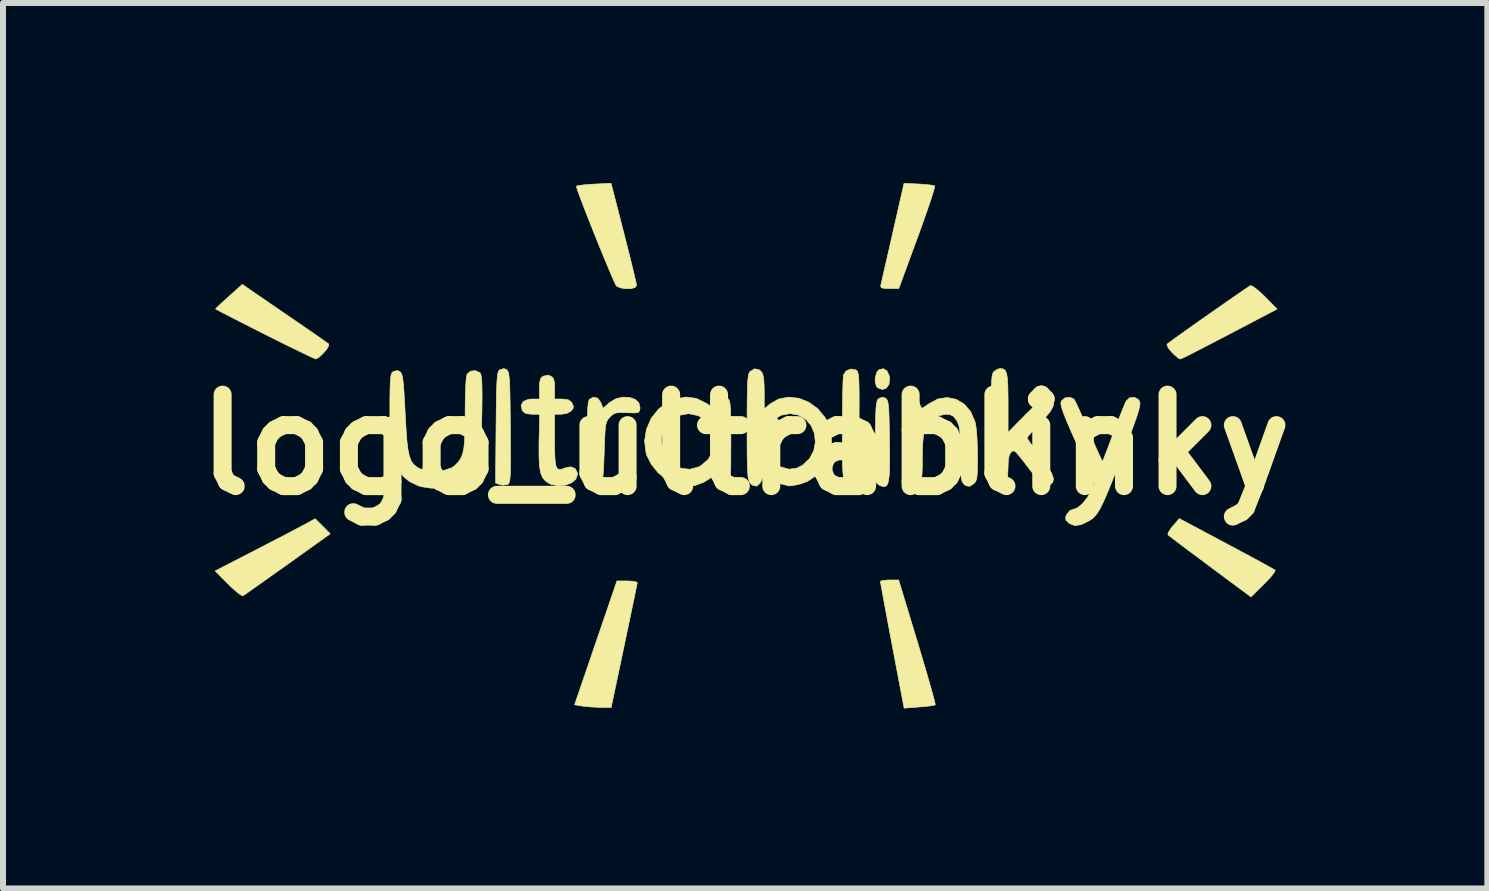
<source format=kicad_pcb>
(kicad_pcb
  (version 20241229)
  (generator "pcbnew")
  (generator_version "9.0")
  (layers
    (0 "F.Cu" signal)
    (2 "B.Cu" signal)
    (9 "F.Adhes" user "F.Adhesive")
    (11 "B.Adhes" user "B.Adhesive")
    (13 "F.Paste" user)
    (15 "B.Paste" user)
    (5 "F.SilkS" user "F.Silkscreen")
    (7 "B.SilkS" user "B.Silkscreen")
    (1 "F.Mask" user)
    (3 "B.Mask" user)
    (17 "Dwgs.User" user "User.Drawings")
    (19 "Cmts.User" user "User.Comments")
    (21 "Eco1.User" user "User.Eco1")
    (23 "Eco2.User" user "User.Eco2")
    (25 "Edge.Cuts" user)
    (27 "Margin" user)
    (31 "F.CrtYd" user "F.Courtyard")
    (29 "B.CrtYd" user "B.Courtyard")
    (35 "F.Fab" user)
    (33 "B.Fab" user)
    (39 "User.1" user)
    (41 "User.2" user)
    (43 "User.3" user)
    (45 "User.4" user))
  (footprint "logo_ultrablinky"
    (layer "F.Cu")
    (at 9.369 4.362)
    (property "Reference" "logo_ultrablinky" (at 0 0 0) (layer "F.SilkS") (effects (font (size 1.524 1.524) (thickness 0.3))))
    (attr through_hole)
    (fp_poly (pts (xy 2.364 -1.229) (xy 2.402 -1.146) (xy 2.407 -1.114) (xy 2.398 -1.008) (xy 2.35 -0.94) (xy 2.286 -0.921) (xy 2.219 -0.944) (xy 2.192 -0.966) (xy 2.166 -1.039) (xy 2.169 -1.131) (xy 2.198 -1.215) (xy 2.23 -1.251) (xy 2.303 -1.267) (xy 2.364 -1.229)) (stroke (width 0.01) (type solid)) (fill yes) (layer "F.SilkS"))
    (fp_poly (pts (xy -1.87 2.275) (xy -1.81 2.289) (xy -1.798 2.302) (xy -1.806 2.34) (xy -1.825 2.432) (xy -1.853 2.571) (xy -1.891 2.75) (xy -1.935 2.961) (xy -1.984 3.196) (xy -2.018 3.358) (xy -2.234 4.381) (xy -2.427 4.377) (xy -2.553 4.371) (xy -2.672 4.361) (xy -2.731 4.353) (xy -2.843 4.334) (xy -2.137 2.27) (xy -1.966 2.27) (xy -1.87 2.275)) (stroke (width 0.01) (type solid)) (fill yes) (layer "F.SilkS"))
    (fp_poly (pts (xy -6.915 1.484) (xy -7.624 1.991) (xy -7.812 2.124) (xy -7.984 2.246) (xy -8.132 2.351) (xy -8.25 2.435) (xy -8.331 2.492) (xy -8.368 2.517) (xy -8.369 2.517) (xy -8.404 2.505) (xy -8.472 2.455) (xy -8.56 2.376) (xy -8.618 2.32) (xy -8.833 2.103) (xy -8.171 1.762) (xy -7.972 1.659) (xy -7.781 1.56) (xy -7.609 1.471) (xy -7.468 1.396) (xy -7.367 1.343) (xy -7.338 1.327) (xy -7.166 1.233) (xy -6.915 1.484)) (stroke (width 0.01) (type solid)) (fill yes) (layer "F.SilkS"))
    (fp_poly (pts (xy 8.023 1.65) (xy 8.229 1.76) (xy 8.415 1.86) (xy 8.577 1.947) (xy 8.705 2.018) (xy 8.793 2.067) (xy 8.833 2.09) (xy 8.834 2.091) (xy 8.823 2.122) (xy 8.775 2.185) (xy 8.698 2.27) (xy 8.644 2.325) (xy 8.43 2.536) (xy 7.748 2.03) (xy 7.567 1.894) (xy 7.401 1.771) (xy 7.26 1.665) (xy 7.148 1.58) (xy 7.074 1.524) (xy 7.045 1.5) (xy 7.051 1.465) (xy 7.091 1.401) (xy 7.129 1.354) (xy 7.236 1.231) (xy 8.023 1.65)) (stroke (width 0.01) (type solid)) (fill yes) (layer "F.SilkS"))
    (fp_poly (pts (xy 2.871 3.287) (xy 2.944 3.531) (xy 3.011 3.756) (xy 3.068 3.954) (xy 3.114 4.118) (xy 3.148 4.241) (xy 3.166 4.315) (xy 3.168 4.335) (xy 3.131 4.345) (xy 3.047 4.357) (xy 2.933 4.368) (xy 2.901 4.37) (xy 2.649 4.39) (xy 2.451 3.346) (xy 2.404 3.096) (xy 2.361 2.867) (xy 2.324 2.665) (xy 2.293 2.498) (xy 2.27 2.373) (xy 2.257 2.297) (xy 2.254 2.278) (xy 2.283 2.264) (xy 2.355 2.256) (xy 2.406 2.254) (xy 2.558 2.254) (xy 2.871 3.287)) (stroke (width 0.01) (type solid)) (fill yes) (layer "F.SilkS"))
    (fp_poly (pts (xy 2.893 -4.345) (xy 3.012 -4.337) (xy 3.106 -4.326) (xy 3.156 -4.315) (xy 3.159 -4.313) (xy 3.154 -4.278) (xy 3.129 -4.193) (xy 3.088 -4.063) (xy 3.031 -3.897) (xy 2.963 -3.702) (xy 2.885 -3.486) (xy 2.87 -3.447) (xy 2.56 -2.603) (xy 2.404 -2.603) (xy 2.311 -2.606) (xy 2.268 -2.618) (xy 2.259 -2.647) (xy 2.264 -2.675) (xy 2.276 -2.724) (xy 2.299 -2.827) (xy 2.332 -2.973) (xy 2.374 -3.153) (xy 2.421 -3.359) (xy 2.464 -3.551) (xy 2.648 -4.356) (xy 2.893 -4.345)) (stroke (width 0.01) (type solid)) (fill yes) (layer "F.SilkS"))
    (fp_poly (pts (xy -2.022 -3.529) (xy -1.966 -3.308) (xy -1.915 -3.105) (xy -1.872 -2.93) (xy -1.839 -2.79) (xy -1.817 -2.695) (xy -1.81 -2.653) (xy -1.837 -2.62) (xy -1.904 -2.602) (xy -1.991 -2.6) (xy -2.076 -2.614) (xy -2.139 -2.641) (xy -2.154 -2.659) (xy -2.189 -2.733) (xy -2.239 -2.849) (xy -2.302 -2.998) (xy -2.374 -3.17) (xy -2.45 -3.357) (xy -2.527 -3.549) (xy -2.602 -3.738) (xy -2.671 -3.914) (xy -2.73 -4.069) (xy -2.776 -4.192) (xy -2.805 -4.275) (xy -2.813 -4.309) (xy -2.813 -4.309) (xy -2.774 -4.32) (xy -2.687 -4.331) (xy -2.568 -4.341) (xy -2.514 -4.344) (xy -2.235 -4.357) (xy -2.022 -3.529)) (stroke (width 0.01) (type solid)) (fill yes) (layer "F.SilkS"))
    (fp_poly (pts (xy 1.839 -1.25) (xy 1.858 -1.238) (xy 1.872 -1.218) (xy 1.883 -1.182) (xy 1.891 -1.122) (xy 1.896 -1.031) (xy 1.899 -0.902) (xy 1.9 -0.729) (xy 1.899 -0.506) (xy 1.898 -0.277) (xy 1.889 0.644) (xy 1.817 0.67) (xy 1.745 0.677) (xy 1.682 0.634) (xy 1.663 0.612) (xy 1.648 0.583) (xy 1.637 0.54) (xy 1.63 0.474) (xy 1.624 0.379) (xy 1.621 0.245) (xy 1.62 0.067) (xy 1.62 -0.165) (xy 1.62 -0.262) (xy 1.621 -0.489) (xy 1.623 -0.698) (xy 1.626 -0.88) (xy 1.63 -1.026) (xy 1.635 -1.125) (xy 1.639 -1.167) (xy 1.685 -1.231) (xy 1.761 -1.262) (xy 1.839 -1.25)) (stroke (width 0.01) (type solid)) (fill yes) (layer "F.SilkS"))
    (fp_poly (pts (xy -7.675 -2.188) (xy -7.487 -2.059) (xy -7.315 -1.941) (xy -7.168 -1.839) (xy -7.051 -1.758) (xy -6.972 -1.702) (xy -6.939 -1.678) (xy -6.939 -1.678) (xy -6.942 -1.644) (xy -6.979 -1.585) (xy -7.036 -1.52) (xy -7.096 -1.463) (xy -7.147 -1.432) (xy -7.158 -1.43) (xy -7.194 -1.445) (xy -7.279 -1.484) (xy -7.406 -1.545) (xy -7.567 -1.623) (xy -7.755 -1.716) (xy -7.963 -1.82) (xy -8.009 -1.843) (xy -8.218 -1.949) (xy -8.407 -2.045) (xy -8.569 -2.128) (xy -8.698 -2.194) (xy -8.785 -2.24) (xy -8.825 -2.262) (xy -8.826 -2.264) (xy -8.804 -2.288) (xy -8.745 -2.344) (xy -8.659 -2.422) (xy -8.604 -2.472) (xy -8.381 -2.672) (xy -7.675 -2.188)) (stroke (width 0.01) (type solid)) (fill yes) (layer "F.SilkS"))
    (fp_poly (pts (xy -3.977 -1.251) (xy -3.961 -1.236) (xy -3.948 -1.209) (xy -3.938 -1.164) (xy -3.93 -1.093) (xy -3.924 -0.99) (xy -3.92 -0.847) (xy -3.917 -0.658) (xy -3.914 -0.415) (xy -3.913 -0.292) (xy -3.911 -0.024) (xy -3.91 0.187) (xy -3.91 0.348) (xy -3.913 0.467) (xy -3.918 0.55) (xy -3.925 0.604) (xy -3.936 0.637) (xy -3.95 0.655) (xy -3.96 0.662) (xy -4.038 0.674) (xy -4.088 0.664) (xy -4.16 0.637) (xy -4.152 -0.289) (xy -4.149 -0.558) (xy -4.146 -0.77) (xy -4.142 -0.932) (xy -4.137 -1.052) (xy -4.13 -1.136) (xy -4.122 -1.192) (xy -4.11 -1.226) (xy -4.095 -1.245) (xy -4.088 -1.251) (xy -4.02 -1.269) (xy -3.977 -1.251)) (stroke (width 0.01) (type solid)) (fill yes) (layer "F.SilkS"))
    (fp_poly (pts (xy 8.461 -2.638) (xy 8.531 -2.587) (xy 8.619 -2.508) (xy 8.664 -2.465) (xy 8.865 -2.261) (xy 8.473 -2.056) (xy 8.178 -1.901) (xy 7.935 -1.774) (xy 7.737 -1.671) (xy 7.582 -1.591) (xy 7.463 -1.53) (xy 7.375 -1.485) (xy 7.315 -1.456) (xy 7.276 -1.438) (xy 7.254 -1.43) (xy 7.247 -1.429) (xy 7.211 -1.45) (xy 7.149 -1.503) (xy 7.112 -1.54) (xy 7.05 -1.615) (xy 7.029 -1.666) (xy 7.034 -1.678) (xy 7.074 -1.709) (xy 7.155 -1.768) (xy 7.271 -1.851) (xy 7.411 -1.951) (xy 7.568 -2.062) (xy 7.734 -2.178) (xy 7.899 -2.294) (xy 8.055 -2.403) (xy 8.194 -2.499) (xy 8.307 -2.577) (xy 8.386 -2.63) (xy 8.422 -2.653) (xy 8.422 -2.653) (xy 8.461 -2.638)) (stroke (width 0.01) (type solid)) (fill yes) (layer "F.SilkS"))
    (fp_poly (pts (xy 2.342 -0.774) (xy 2.36 -0.757) (xy 2.374 -0.726) (xy 2.385 -0.673) (xy 2.393 -0.59) (xy 2.398 -0.469) (xy 2.402 -0.301) (xy 2.406 -0.078) (xy 2.406 -0.064) (xy 2.408 0.177) (xy 2.407 0.362) (xy 2.402 0.498) (xy 2.391 0.593) (xy 2.375 0.653) (xy 2.352 0.685) (xy 2.32 0.698) (xy 2.304 0.699) (xy 2.249 0.681) (xy 2.212 0.659) (xy 2.194 0.64) (xy 2.181 0.609) (xy 2.171 0.557) (xy 2.166 0.475) (xy 2.164 0.356) (xy 2.164 0.191) (xy 2.166 -0.027) (xy 2.166 -0.06) (xy 2.17 -0.287) (xy 2.174 -0.458) (xy 2.179 -0.583) (xy 2.186 -0.668) (xy 2.197 -0.723) (xy 2.211 -0.755) (xy 2.229 -0.773) (xy 2.23 -0.774) (xy 2.299 -0.792) (xy 2.342 -0.774)) (stroke (width 0.01) (type solid)) (fill yes) (layer "F.SilkS"))
    (fp_poly (pts (xy -2.455 -0.774) (xy -2.404 -0.701) (xy -2.404 -0.701) (xy -2.369 -0.607) (xy -2.263 -0.701) (xy -2.159 -0.764) (xy -2.045 -0.793) (xy -1.932 -0.79) (xy -1.837 -0.758) (xy -1.772 -0.699) (xy -1.752 -0.615) (xy -1.752 -0.608) (xy -1.761 -0.563) (xy -1.782 -0.539) (xy -1.832 -0.53) (xy -1.925 -0.532) (xy -1.969 -0.534) (xy -2.084 -0.537) (xy -2.157 -0.529) (xy -2.208 -0.504) (xy -2.255 -0.46) (xy -2.284 -0.426) (xy -2.306 -0.388) (xy -2.321 -0.337) (xy -2.332 -0.26) (xy -2.339 -0.149) (xy -2.346 0.009) (xy -2.349 0.131) (xy -2.357 0.33) (xy -2.365 0.474) (xy -2.376 0.572) (xy -2.39 0.632) (xy -2.407 0.663) (xy -2.413 0.668) (xy -2.486 0.695) (xy -2.561 0.675) (xy -2.58 0.664) (xy -2.598 0.648) (xy -2.612 0.619) (xy -2.622 0.569) (xy -2.629 0.49) (xy -2.633 0.373) (xy -2.635 0.21) (xy -2.635 -0.006) (xy -2.635 -0.043) (xy -2.634 -0.294) (xy -2.63 -0.485) (xy -2.623 -0.623) (xy -2.613 -0.71) (xy -2.599 -0.753) (xy -2.597 -0.756) (xy -2.525 -0.794) (xy -2.455 -0.774)) (stroke (width 0.01) (type solid)) (fill yes) (layer "F.SilkS"))
    (fp_poly (pts (xy -3.239 -1.143) (xy -3.2 -1.11) (xy -3.181 -1.052) (xy -3.175 -0.951) (xy -3.175 -0.936) (xy -3.175 -0.762) (xy -3.049 -0.762) (xy -2.952 -0.751) (xy -2.898 -0.713) (xy -2.89 -0.701) (xy -2.862 -0.639) (xy -2.87 -0.6) (xy -2.907 -0.558) (xy -2.973 -0.523) (xy -3.062 -0.508) (xy -3.066 -0.508) (xy -3.175 -0.508) (xy -3.175 -0.063) (xy -3.174 0.131) (xy -3.167 0.268) (xy -3.153 0.356) (xy -3.128 0.402) (xy -3.089 0.415) (xy -3.033 0.401) (xy -2.997 0.385) (xy -2.904 0.368) (xy -2.831 0.399) (xy -2.795 0.471) (xy -2.794 0.493) (xy -2.822 0.574) (xy -2.897 0.636) (xy -3.001 0.675) (xy -3.119 0.685) (xy -3.235 0.66) (xy -3.26 0.649) (xy -3.327 0.606) (xy -3.376 0.549) (xy -3.409 0.469) (xy -3.428 0.356) (xy -3.436 0.2) (xy -3.436 -0.007) (xy -3.435 -0.056) (xy -3.425 -0.508) (xy -3.553 -0.508) (xy -3.649 -0.518) (xy -3.703 -0.554) (xy -3.715 -0.572) (xy -3.734 -0.657) (xy -3.698 -0.721) (xy -3.613 -0.757) (xy -3.555 -0.762) (xy -3.429 -0.762) (xy -3.429 -0.936) (xy -3.424 -1.043) (xy -3.407 -1.105) (xy -3.371 -1.14) (xy -3.365 -1.143) (xy -3.284 -1.16) (xy -3.239 -1.143)) (stroke (width 0.01) (type solid)) (fill yes) (layer "F.SilkS"))
    (fp_poly (pts (xy 5.472 -0.766) (xy 5.484 -0.754) (xy 5.506 -0.713) (xy 5.549 -0.624) (xy 5.606 -0.497) (xy 5.675 -0.344) (xy 5.731 -0.215) (xy 5.803 -0.052) (xy 5.865 0.088) (xy 5.914 0.195) (xy 5.946 0.261) (xy 5.956 0.277) (xy 5.969 0.247) (xy 6 0.167) (xy 6.046 0.048) (xy 6.102 -0.1) (xy 6.138 -0.195) (xy 6.2 -0.36) (xy 6.258 -0.509) (xy 6.306 -0.628) (xy 6.338 -0.706) (xy 6.348 -0.727) (xy 6.407 -0.782) (xy 6.483 -0.792) (xy 6.551 -0.757) (xy 6.574 -0.722) (xy 6.58 -0.692) (xy 6.576 -0.643) (xy 6.558 -0.571) (xy 6.526 -0.468) (xy 6.477 -0.328) (xy 6.409 -0.144) (xy 6.319 0.09) (xy 6.288 0.17) (xy 6.182 0.443) (xy 6.094 0.663) (xy 6.023 0.836) (xy 5.963 0.969) (xy 5.913 1.069) (xy 5.868 1.142) (xy 5.826 1.195) (xy 5.783 1.234) (xy 5.737 1.264) (xy 5.602 1.331) (xy 5.495 1.348) (xy 5.408 1.315) (xy 5.394 1.305) (xy 5.345 1.255) (xy 5.342 1.205) (xy 5.358 1.163) (xy 5.41 1.098) (xy 5.46 1.079) (xy 5.537 1.052) (xy 5.623 0.98) (xy 5.705 0.878) (xy 5.761 0.773) (xy 5.817 0.642) (xy 5.526 -0.011) (xy 5.43 -0.228) (xy 5.358 -0.395) (xy 5.308 -0.52) (xy 5.278 -0.609) (xy 5.263 -0.669) (xy 5.263 -0.709) (xy 5.27 -0.729) (xy 5.326 -0.779) (xy 5.403 -0.793) (xy 5.472 -0.766)) (stroke (width 0.01) (type solid)) (fill yes) (layer "F.SilkS"))
    (fp_poly (pts (xy 2.847 -0.772) (xy 2.896 -0.706) (xy 2.925 -0.641) (xy 2.941 -0.608) (xy 2.968 -0.618) (xy 3.028 -0.658) (xy 3.059 -0.681) (xy 3.211 -0.763) (xy 3.367 -0.787) (xy 3.516 -0.757) (xy 3.65 -0.678) (xy 3.758 -0.553) (xy 3.829 -0.388) (xy 3.839 -0.35) (xy 3.853 -0.253) (xy 3.864 -0.111) (xy 3.871 0.054) (xy 3.873 0.203) (xy 3.872 0.371) (xy 3.868 0.487) (xy 3.859 0.563) (xy 3.843 0.611) (xy 3.819 0.642) (xy 3.815 0.646) (xy 3.743 0.693) (xy 3.679 0.683) (xy 3.638 0.649) (xy 3.617 0.617) (xy 3.603 0.563) (xy 3.594 0.477) (xy 3.589 0.349) (xy 3.588 0.168) (xy 3.588 0.149) (xy 3.587 -0.035) (xy 3.583 -0.168) (xy 3.574 -0.261) (xy 3.56 -0.328) (xy 3.539 -0.38) (xy 3.525 -0.405) (xy 3.471 -0.475) (xy 3.408 -0.504) (xy 3.338 -0.508) (xy 3.197 -0.478) (xy 3.079 -0.394) (xy 2.997 -0.266) (xy 2.972 -0.166) (xy 2.958 -0.005) (xy 2.953 0.213) (xy 2.953 0.216) (xy 2.952 0.381) (xy 2.947 0.494) (xy 2.937 0.568) (xy 2.92 0.615) (xy 2.895 0.646) (xy 2.895 0.646) (xy 2.822 0.693) (xy 2.758 0.683) (xy 2.717 0.649) (xy 2.7 0.623) (xy 2.687 0.579) (xy 2.678 0.509) (xy 2.672 0.405) (xy 2.669 0.258) (xy 2.667 0.06) (xy 2.667 -0.059) (xy 2.668 -0.307) (xy 2.672 -0.496) (xy 2.68 -0.631) (xy 2.69 -0.715) (xy 2.704 -0.755) (xy 2.705 -0.756) (xy 2.777 -0.792) (xy 2.847 -0.772)) (stroke (width 0.01) (type solid)) (fill yes) (layer "F.SilkS"))
    (fp_poly (pts (xy -5.755 -1.219) (xy -5.736 -1.2) (xy -5.72 -1.165) (xy -5.707 -1.105) (xy -5.696 -1.012) (xy -5.686 -0.878) (xy -5.675 -0.695) (xy -5.666 -0.521) (xy -5.652 -0.268) (xy -5.638 -0.071) (xy -5.62 0.079) (xy -5.596 0.19) (xy -5.566 0.27) (xy -5.525 0.328) (xy -5.473 0.371) (xy -5.424 0.4) (xy -5.304 0.436) (xy -5.16 0.444) (xy -5.015 0.426) (xy -4.892 0.384) (xy -4.839 0.348) (xy -4.782 0.29) (xy -4.74 0.228) (xy -4.709 0.153) (xy -4.688 0.055) (xy -4.676 -0.076) (xy -4.669 -0.249) (xy -4.667 -0.474) (xy -4.667 -0.525) (xy -4.665 -0.734) (xy -4.66 -0.913) (xy -4.653 -1.054) (xy -4.643 -1.146) (xy -4.634 -1.177) (xy -4.577 -1.226) (xy -4.498 -1.235) (xy -4.425 -1.204) (xy -4.414 -1.192) (xy -4.401 -1.156) (xy -4.391 -1.081) (xy -4.386 -0.963) (xy -4.385 -0.795) (xy -4.387 -0.571) (xy -4.389 -0.486) (xy -4.394 -0.243) (xy -4.402 -0.054) (xy -4.413 0.092) (xy -4.43 0.204) (xy -4.455 0.292) (xy -4.489 0.366) (xy -4.535 0.436) (xy -4.572 0.485) (xy -4.69 0.589) (xy -4.849 0.666) (xy -5.032 0.713) (xy -5.222 0.725) (xy -5.4 0.699) (xy -5.443 0.685) (xy -5.589 0.617) (xy -5.698 0.528) (xy -5.789 0.4) (xy -5.826 0.333) (xy -5.921 0.148) (xy -5.921 -0.518) (xy -5.921 -0.742) (xy -5.919 -0.91) (xy -5.915 -1.032) (xy -5.909 -1.115) (xy -5.899 -1.169) (xy -5.886 -1.2) (xy -5.867 -1.218) (xy -5.866 -1.219) (xy -5.797 -1.237) (xy -5.755 -1.219)) (stroke (width 0.01) (type solid)) (fill yes) (layer "F.SilkS"))
    (fp_poly (pts (xy -0.816 -0.773) (xy -0.646 -0.69) (xy -0.64 -0.686) (xy -0.48 -0.578) (xy -0.47 -0.659) (xy -0.438 -0.743) (xy -0.378 -0.787) (xy -0.306 -0.781) (xy -0.294 -0.774) (xy -0.275 -0.758) (xy -0.262 -0.728) (xy -0.252 -0.678) (xy -0.245 -0.599) (xy -0.241 -0.482) (xy -0.239 -0.321) (xy -0.238 -0.106) (xy -0.238 -0.048) (xy -0.239 0.181) (xy -0.24 0.354) (xy -0.244 0.48) (xy -0.25 0.567) (xy -0.259 0.623) (xy -0.272 0.657) (xy -0.289 0.676) (xy -0.294 0.679) (xy -0.366 0.695) (xy -0.429 0.658) (xy -0.467 0.578) (xy -0.471 0.559) (xy -0.481 0.474) (xy -0.575 0.553) (xy -0.692 0.626) (xy -0.834 0.678) (xy -0.966 0.696) (xy -0.968 0.696) (xy -1.036 0.686) (xy -1.134 0.662) (xy -1.18 0.649) (xy -1.319 0.578) (xy -1.454 0.463) (xy -1.567 0.321) (xy -1.643 0.17) (xy -1.651 0.144) (xy -1.676 -0.058) (xy -1.676 -0.064) (xy -1.397 -0.064) (xy -1.37 0.097) (xy -1.299 0.232) (xy -1.192 0.333) (xy -1.062 0.394) (xy -0.92 0.409) (xy -0.775 0.37) (xy -0.738 0.349) (xy -0.617 0.245) (xy -0.543 0.116) (xy -0.513 -0.025) (xy -0.525 -0.167) (xy -0.575 -0.298) (xy -0.662 -0.408) (xy -0.782 -0.485) (xy -0.932 -0.516) (xy -0.948 -0.517) (xy -1.113 -0.488) (xy -1.247 -0.409) (xy -1.343 -0.287) (xy -1.392 -0.131) (xy -1.397 -0.064) (xy -1.676 -0.064) (xy -1.646 -0.257) (xy -1.566 -0.44) (xy -1.441 -0.597) (xy -1.279 -0.714) (xy -1.178 -0.758) (xy -0.99 -0.795) (xy -0.816 -0.773)) (stroke (width 0.01) (type solid)) (fill yes) (layer "F.SilkS"))
    (fp_poly (pts (xy 4.297 -1.264) (xy 4.332 -1.241) (xy 4.355 -1.192) (xy 4.37 -1.11) (xy 4.378 -0.984) (xy 4.381 -0.808) (xy 4.382 -0.7) (xy 4.382 -0.206) (xy 4.672 -0.5) (xy 4.807 -0.633) (xy 4.908 -0.722) (xy 4.982 -0.773) (xy 5.038 -0.789) (xy 5.083 -0.775) (xy 5.105 -0.756) (xy 5.138 -0.703) (xy 5.133 -0.64) (xy 5.088 -0.558) (xy 4.998 -0.449) (xy 4.921 -0.367) (xy 4.828 -0.269) (xy 4.754 -0.186) (xy 4.708 -0.131) (xy 4.699 -0.114) (xy 4.717 -0.081) (xy 4.767 -0.009) (xy 4.84 0.092) (xy 4.921 0.199) (xy 5.035 0.356) (xy 5.107 0.474) (xy 5.137 0.56) (xy 5.129 0.621) (xy 5.085 0.664) (xy 5.08 0.667) (xy 5.035 0.684) (xy 4.992 0.68) (xy 4.942 0.647) (xy 4.877 0.579) (xy 4.787 0.469) (xy 4.731 0.397) (xy 4.63 0.266) (xy 4.56 0.178) (xy 4.514 0.126) (xy 4.484 0.104) (xy 4.461 0.104) (xy 4.439 0.119) (xy 4.43 0.126) (xy 4.401 0.174) (xy 4.385 0.265) (xy 4.381 0.383) (xy 4.375 0.522) (xy 4.356 0.61) (xy 4.332 0.649) (xy 4.273 0.692) (xy 4.219 0.684) (xy 4.159 0.635) (xy 4.14 0.613) (xy 4.126 0.585) (xy 4.115 0.543) (xy 4.107 0.48) (xy 4.101 0.388) (xy 4.098 0.26) (xy 4.096 0.087) (xy 4.096 -0.137) (xy 4.096 -0.299) (xy 4.096 -0.562) (xy 4.098 -0.769) (xy 4.101 -0.926) (xy 4.106 -1.042) (xy 4.113 -1.122) (xy 4.123 -1.175) (xy 4.135 -1.207) (xy 4.146 -1.22) (xy 4.21 -1.261) (xy 4.25 -1.27) (xy 4.297 -1.264)) (stroke (width 0.01) (type solid)) (fill yes) (layer "F.SilkS"))
    (fp_poly (pts (xy 0.233 -1.249) (xy 0.268 -1.22) (xy 0.293 -1.177) (xy 0.309 -1.102) (xy 0.316 -0.983) (xy 0.318 -0.884) (xy 0.318 -0.598) (xy 0.414 -0.679) (xy 0.559 -0.762) (xy 0.722 -0.793) (xy 0.893 -0.775) (xy 1.058 -0.71) (xy 1.208 -0.602) (xy 1.33 -0.455) (xy 1.364 -0.397) (xy 1.43 -0.206) (xy 1.443 -0.009) (xy 1.405 0.182) (xy 1.322 0.356) (xy 1.199 0.503) (xy 1.04 0.61) (xy 0.922 0.653) (xy 0.823 0.675) (xy 0.746 0.685) (xy 0.721 0.684) (xy 0.662 0.668) (xy 0.598 0.654) (xy 0.517 0.621) (xy 0.428 0.564) (xy 0.415 0.553) (xy 0.352 0.503) (xy 0.32 0.493) (xy 0.303 0.519) (xy 0.299 0.529) (xy 0.25 0.64) (xy 0.192 0.69) (xy 0.126 0.677) (xy 0.085 0.642) (xy 0.069 0.618) (xy 0.057 0.582) (xy 0.047 0.527) (xy 0.041 0.445) (xy 0.036 0.328) (xy 0.033 0.169) (xy 0.032 -0.038) (xy 0.032 -0.048) (xy 0.324 -0.048) (xy 0.344 0.054) (xy 0.345 0.059) (xy 0.4 0.204) (xy 0.48 0.303) (xy 0.587 0.368) (xy 0.732 0.408) (xy 0.864 0.389) (xy 0.956 0.341) (xy 1.073 0.231) (xy 1.143 0.1) (xy 1.169 -0.043) (xy 1.155 -0.185) (xy 1.102 -0.315) (xy 1.014 -0.421) (xy 0.893 -0.493) (xy 0.746 -0.519) (xy 0.592 -0.49) (xy 0.468 -0.407) (xy 0.377 -0.27) (xy 0.362 -0.234) (xy 0.329 -0.131) (xy 0.324 -0.048) (xy 0.032 -0.048) (xy 0.032 -0.294) (xy 0.032 -0.558) (xy 0.034 -0.765) (xy 0.037 -0.923) (xy 0.041 -1.039) (xy 0.049 -1.121) (xy 0.058 -1.174) (xy 0.071 -1.206) (xy 0.082 -1.22) (xy 0.158 -1.266) (xy 0.233 -1.249)) (stroke (width 0.01) (type solid)) (fill yes) (layer "F.SilkS")))
  (gr_rect
    (start -3 -3)
    (end 21.738 11.757)
    (stroke (width 0.1) (type default))
    (fill no)
    (layer "Edge.Cuts")))
</source>
